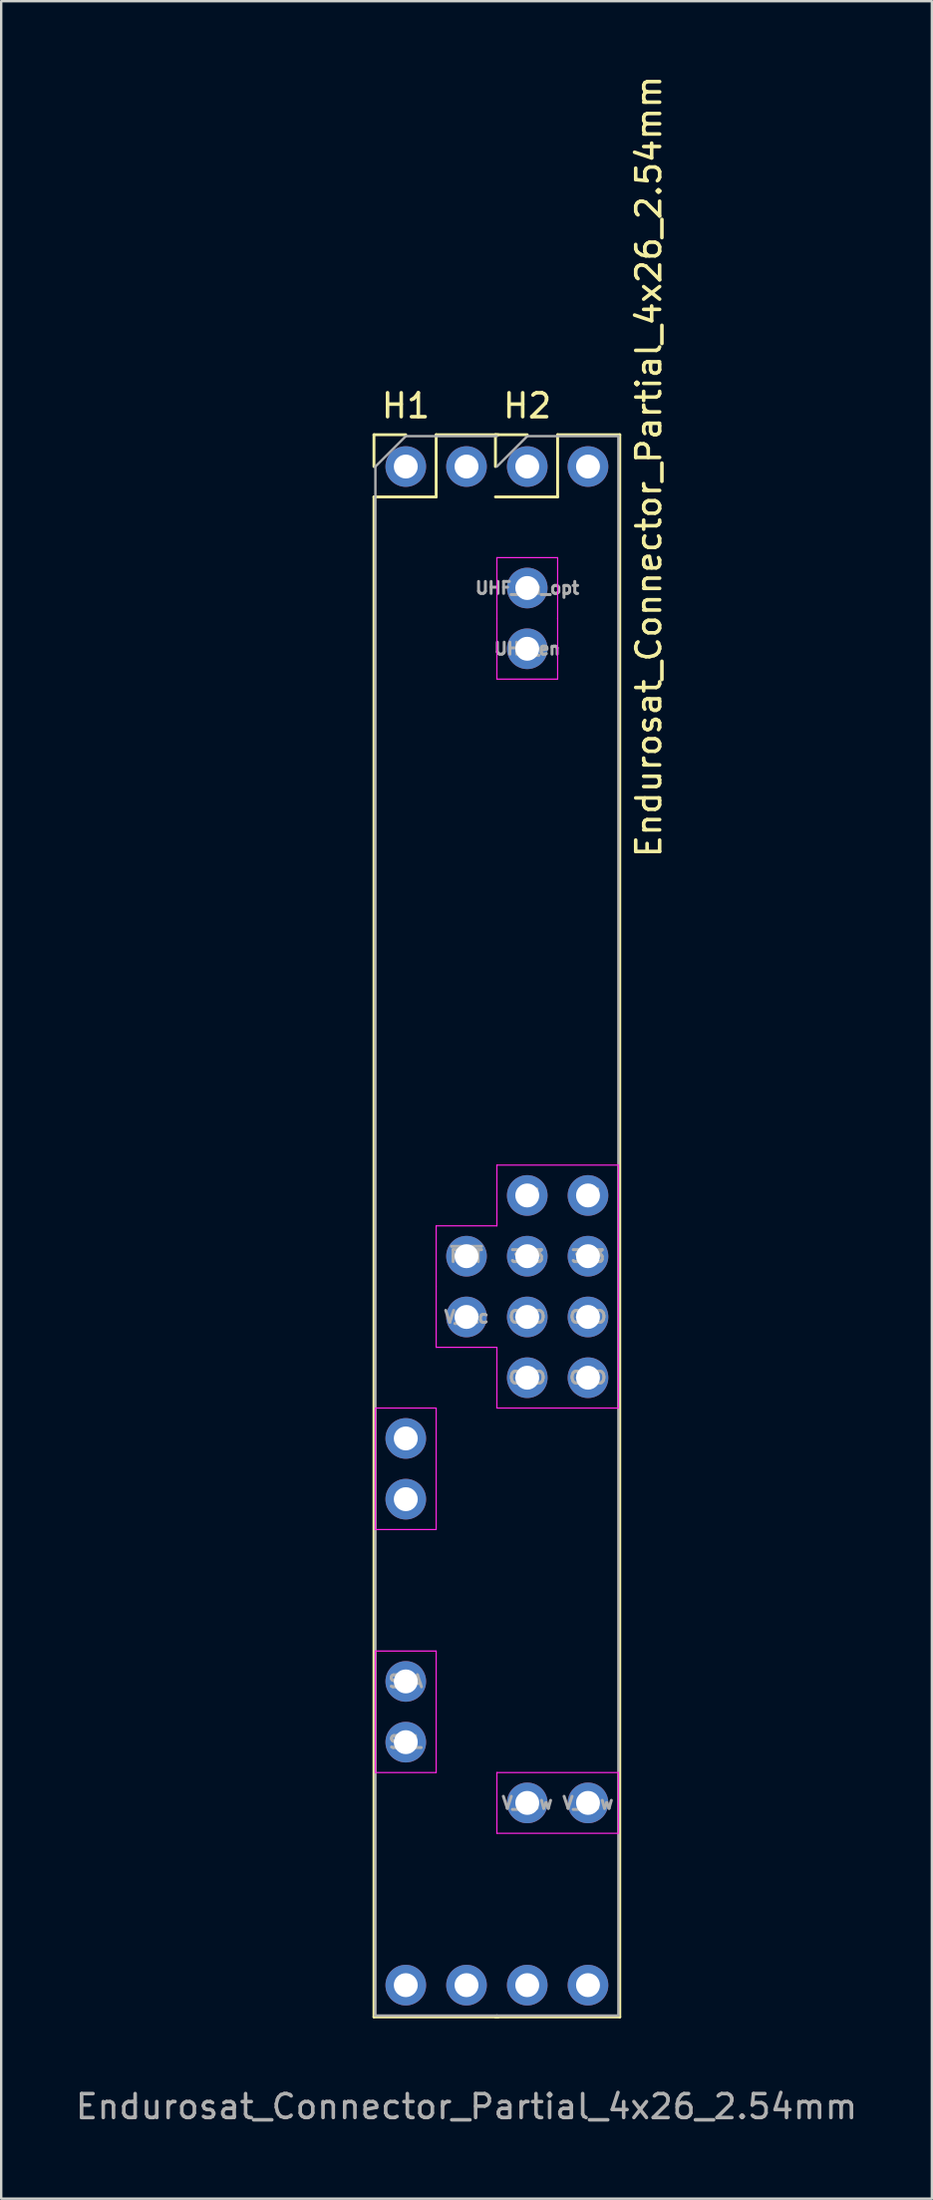
<source format=kicad_pcb>
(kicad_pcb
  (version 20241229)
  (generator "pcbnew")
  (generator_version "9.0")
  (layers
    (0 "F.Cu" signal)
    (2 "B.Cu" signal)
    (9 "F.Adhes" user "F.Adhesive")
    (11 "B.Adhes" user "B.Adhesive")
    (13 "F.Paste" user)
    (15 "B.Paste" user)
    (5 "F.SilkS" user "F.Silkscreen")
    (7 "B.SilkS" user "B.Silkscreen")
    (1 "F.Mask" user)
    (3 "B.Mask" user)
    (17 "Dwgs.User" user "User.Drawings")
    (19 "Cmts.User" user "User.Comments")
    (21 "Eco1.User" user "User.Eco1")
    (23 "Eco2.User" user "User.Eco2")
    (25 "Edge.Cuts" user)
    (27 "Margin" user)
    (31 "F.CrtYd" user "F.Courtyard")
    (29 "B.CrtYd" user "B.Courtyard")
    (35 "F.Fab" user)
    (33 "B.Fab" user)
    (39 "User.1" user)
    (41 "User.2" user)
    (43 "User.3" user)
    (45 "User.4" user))
  (footprint "Endurosat_Connector_Partial_4x26_2.54mm"
    (layer "F.Cu")
    (at 13.918 16.458)
    (property "Reference" "Endurosat_Connector_Partial_4x26_2.54mm" (at 10.16 0 270) (layer "F.SilkS") (effects (font (size 1 1) (thickness 0.15))))
    (attr through_hole)
    (fp_line (start -1.33 -1.33) (end 0 -1.33) (stroke (width 0.12) (type solid)) (layer "F.SilkS"))
    (fp_line (start -1.33 0) (end -1.33 -1.33) (stroke (width 0.12) (type solid)) (layer "F.SilkS"))
    (fp_line (start -1.33 1.27) (end -1.33 64.83) (stroke (width 0.12) (type solid)) (layer "F.SilkS"))
    (fp_line (start -1.33 1.27) (end 1.27 1.27) (stroke (width 0.12) (type solid)) (layer "F.SilkS"))
    (fp_line (start -1.33 64.83) (end 3.87 64.83) (stroke (width 0.12) (type solid)) (layer "F.SilkS"))
    (fp_line (start 1.27 -1.33) (end 3.87 -1.33) (stroke (width 0.12) (type solid)) (layer "F.SilkS"))
    (fp_line (start 1.27 1.27) (end 1.27 -1.33) (stroke (width 0.12) (type solid)) (layer "F.SilkS"))
    (fp_line (start 3.75 -1.33) (end 5.08 -1.33) (stroke (width 0.12) (type solid)) (layer "F.SilkS"))
    (fp_line (start 3.75 0) (end 3.75 -1.33) (stroke (width 0.12) (type solid)) (layer "F.SilkS"))
    (fp_line (start 3.75 1.27) (end 6.35 1.27) (stroke (width 0.12) (type solid)) (layer "F.SilkS"))
    (fp_line (start 3.75 64.83) (end 8.95 64.83) (stroke (width 0.12) (type solid)) (layer "F.SilkS"))
    (fp_line (start 6.35 -1.33) (end 8.95 -1.33) (stroke (width 0.12) (type solid)) (layer "F.SilkS"))
    (fp_line (start 6.35 1.27) (end 6.35 -1.33) (stroke (width 0.12) (type solid)) (layer "F.SilkS"))
    (fp_line (start 8.95 -1.33) (end 8.95 64.83) (stroke (width 0.12) (type solid)) (layer "F.SilkS"))
    (fp_line (start -1.27 39.37) (end 1.27 39.37) (stroke (width 0.05) (type solid)) (layer "F.CrtYd"))
    (fp_line (start -1.27 44.45) (end -1.27 39.37) (stroke (width 0.05) (type solid)) (layer "F.CrtYd"))
    (fp_line (start -1.27 49.53) (end 1.27 49.53) (stroke (width 0.05) (type solid)) (layer "F.CrtYd"))
    (fp_line (start -1.27 54.61) (end -1.27 49.53) (stroke (width 0.05) (type solid)) (layer "F.CrtYd"))
    (fp_line (start 1.27 31.75) (end 1.27 34.29) (stroke (width 0.05) (type solid)) (layer "F.CrtYd"))
    (fp_line (start 1.27 34.29) (end 1.27 36.83) (stroke (width 0.05) (type solid)) (layer "F.CrtYd"))
    (fp_line (start 1.27 36.83) (end 3.81 36.83) (stroke (width 0.05) (type solid)) (layer "F.CrtYd"))
    (fp_line (start 1.27 39.37) (end 1.27 44.45) (stroke (width 0.05) (type solid)) (layer "F.CrtYd"))
    (fp_line (start 1.27 44.45) (end -1.27 44.45) (stroke (width 0.05) (type solid)) (layer "F.CrtYd"))
    (fp_line (start 1.27 49.53) (end 1.27 54.61) (stroke (width 0.05) (type solid)) (layer "F.CrtYd"))
    (fp_line (start 1.27 54.61) (end -1.27 54.61) (stroke (width 0.05) (type solid)) (layer "F.CrtYd"))
    (fp_line (start 3.81 3.81) (end 3.81 6.35) (stroke (width 0.05) (type solid)) (layer "F.CrtYd"))
    (fp_line (start 3.81 6.35) (end 3.81 8.89) (stroke (width 0.05) (type solid)) (layer "F.CrtYd"))
    (fp_line (start 3.81 8.89) (end 6.35 8.89) (stroke (width 0.05) (type solid)) (layer "F.CrtYd"))
    (fp_line (start 3.81 29.21) (end 3.81 31.75) (stroke (width 0.05) (type solid)) (layer "F.CrtYd"))
    (fp_line (start 3.81 31.75) (end 1.27 31.75) (stroke (width 0.05) (type solid)) (layer "F.CrtYd"))
    (fp_line (start 3.81 39.37) (end 3.81 36.83) (stroke (width 0.05) (type solid)) (layer "F.CrtYd"))
    (fp_line (start 3.81 39.37) (end 8.89 39.37) (stroke (width 0.05) (type solid)) (layer "F.CrtYd"))
    (fp_line (start 3.81 54.61) (end 3.81 57.15) (stroke (width 0.05) (type solid)) (layer "F.CrtYd"))
    (fp_line (start 3.81 57.15) (end 8.89 57.15) (stroke (width 0.05) (type solid)) (layer "F.CrtYd"))
    (fp_line (start 6.35 3.81) (end 3.81 3.81) (stroke (width 0.05) (type solid)) (layer "F.CrtYd"))
    (fp_line (start 6.35 6.35) (end 6.35 3.81) (stroke (width 0.05) (type solid)) (layer "F.CrtYd"))
    (fp_line (start 6.35 8.89) (end 6.35 6.35) (stroke (width 0.05) (type solid)) (layer "F.CrtYd"))
    (fp_line (start 8.89 29.21) (end 3.81 29.21) (stroke (width 0.05) (type solid)) (layer "F.CrtYd"))
    (fp_line (start 8.89 39.37) (end 8.89 29.21) (stroke (width 0.05) (type solid)) (layer "F.CrtYd"))
    (fp_line (start 8.89 54.61) (end 3.81 54.61) (stroke (width 0.05) (type solid)) (layer "F.CrtYd"))
    (fp_line (start 8.89 57.15) (end 8.89 54.61) (stroke (width 0.05) (type solid)) (layer "F.CrtYd"))
    (fp_line (start -1.27 0) (end 0 -1.27) (stroke (width 0.1) (type solid)) (layer "F.Fab"))
    (fp_line (start -1.27 64.77) (end -1.27 0) (stroke (width 0.1) (type solid)) (layer "F.Fab"))
    (fp_line (start 0 -1.27) (end 3.81 -1.27) (stroke (width 0.1) (type solid)) (layer "F.Fab"))
    (fp_line (start 3.81 0) (end 5.08 -1.27) (stroke (width 0.1) (type solid)) (layer "F.Fab"))
    (fp_line (start 3.81 64.77) (end -1.27 64.77) (stroke (width 0.1) (type solid)) (layer "F.Fab"))
    (fp_line (start 5.08 -1.27) (end 8.89 -1.27) (stroke (width 0.1) (type solid)) (layer "F.Fab"))
    (fp_line (start 8.89 -1.27) (end 8.89 64.77) (stroke (width 0.1) (type solid)) (layer "F.Fab"))
    (fp_line (start 8.89 64.77) (end 3.81 64.77) (stroke (width 0.1) (type solid)) (layer "F.Fab"))
    (fp_circle (center 0 0) (end 0.1 0) (stroke (width 0.05) (type solid)) (fill no) (layer "F.Fab"))
    (fp_circle (center 0 63.5) (end 0.1 63.5) (stroke (width 0.05) (type solid)) (fill no) (layer "F.Fab"))
    (fp_circle (center 7.62 0) (end 7.72 0) (stroke (width 0.05) (type solid)) (fill no) (layer "F.Fab"))
    (fp_circle (center 7.62 63.5) (end 7.63 63.5) (stroke (width 0.01) (type solid)) (fill no) (layer "F.Fab"))
    (fp_text user "H2" (at 5.08 -2.54 0) (layer "F.SilkS") (effects (font (size 1 1) (thickness 0.15))))
    (fp_text user "H1" (at 0 -2.54 0) (layer "F.SilkS") (effects (font (size 1 1) (thickness 0.15))))
    (fp_text user "5V" (at 7.62 30.48 0) (layer "F.Fab") (effects (font (size 0.5 0.5) (thickness 0.125))))
    (fp_text user "GND" (at 5.08 38.1 0) (layer "F.Fab") (effects (font (size 0.5 0.5) (thickness 0.125))))
    (fp_text user "V_raw" (at 7.62 55.88 0) (layer "F.Fab") (effects (font (size 0.5 0.5) (thickness 0.125))))
    (fp_text user "V_rtc" (at 2.54 35.56 0) (layer "F.Fab") (effects (font (size 0.5 0.5) (thickness 0.125))))
    (fp_text user "UHF_en" (at 5.08 7.62 0) (layer "F.Fab") (effects (font (size 0.5 0.5) (thickness 0.125))))
    (fp_text user "GND" (at 5.08 35.56 0) (layer "F.Fab") (effects (font (size 0.5 0.5) (thickness 0.125))))
    (fp_text user "5V" (at 5.08 30.48 0) (layer "F.Fab") (effects (font (size 0.5 0.5) (thickness 0.125))))
    (fp_text user "GND" (at 7.62 35.56 0) (layer "F.Fab") (effects (font (size 0.5 0.5) (thickness 0.125))))
    (fp_text user "${REFERENCE}" (at 2.54 68.58 180) (layer "F.Fab") (effects (font (size 1 1) (thickness 0.15))))
    (fp_text user "Rx" (at 0 40.64 0) (layer "F.Fab") (effects (font (size 0.5 0.5) (thickness 0.125))))
    (fp_text user "3V3" (at 7.62 33.02 0) (layer "F.Fab") (effects (font (size 0.5 0.5) (thickness 0.125))))
    (fp_text user "V_raw" (at 5.08 55.88 0) (layer "F.Fab") (effects (font (size 0.5 0.5) (thickness 0.125))))
    (fp_text user "3V3" (at 5.08 33.02 0) (layer "F.Fab") (effects (font (size 0.5 0.5) (thickness 0.125))))
    (fp_text user "SDA" (at 0 50.8 0) (layer "F.Fab") (effects (font (size 0.5 0.5) (thickness 0.125))))
    (fp_text user "~{RST}" (at 2.54 33.02 0) (layer "F.Fab") (effects (font (size 0.5 0.5) (thickness 0.125))))
    (fp_text user "Tx" (at 0 43.18 0) (layer "F.Fab") (effects (font (size 0.5 0.5) (thickness 0.125))))
    (fp_text user "GND" (at 7.62 38.1 0) (layer "F.Fab") (effects (font (size 0.5 0.5) (thickness 0.125))))
    (fp_text user "UHF_en_opt" (at 5.08 5.08 0) (layer "F.Fab") (effects (font (size 0.5 0.5) (thickness 0.125))))
    (fp_text user "SCL" (at 0 53.34 0) (layer "F.Fab") (effects (font (size 0.5 0.5) (thickness 0.125))))
    (pad "1" thru_hole oval (at 0 0) (size 1.7 1.7) (drill 1) (layers "*.Cu" "*.Mask"))
    (pad "2" thru_hole oval (at 2.54 0) (size 1.7 1.7) (drill 1) (layers "*.Cu" "*.Mask"))
    (pad "28" thru_hole oval (at 2.54 33.02) (size 1.7 1.7) (drill 1) (layers "*.Cu" "*.Mask"))
    (pad "30" thru_hole oval (at 2.54 35.56) (size 1.7 1.7) (drill 1) (layers "*.Cu" "*.Mask"))
    (pad "33" thru_hole oval (at 0 40.64) (size 1.7 1.7) (drill 1) (layers "*.Cu" "*.Mask"))
    (pad "35" thru_hole oval (at 0 43.18) (size 1.7 1.7) (drill 1) (layers "*.Cu" "*.Mask"))
    (pad "41" thru_hole oval (at 0 50.8) (size 1.7 1.7) (drill 1) (layers "*.Cu" "*.Mask"))
    (pad "43" thru_hole oval (at 0 53.34) (size 1.7 1.7) (drill 1) (layers "*.Cu" "*.Mask"))
    (pad "51" thru_hole oval (at 0 63.5) (size 1.7 1.7) (drill 1) (layers "*.Cu" "*.Mask"))
    (pad "52" thru_hole oval (at 2.54 63.5) (size 1.7 1.7) (drill 1) (layers "*.Cu" "*.Mask"))
    (pad "53" thru_hole oval (at 5.08 0) (size 1.7 1.7) (drill 1) (layers "*.Cu" "*.Mask"))
    (pad "54" thru_hole oval (at 7.62 0) (size 1.7 1.7) (drill 1) (layers "*.Cu" "*.Mask"))
    (pad "57" thru_hole oval (at 5.08 5.08) (size 1.7 1.7) (drill 1) (layers "*.Cu" "*.Mask"))
    (pad "59" thru_hole oval (at 5.08 7.62) (size 1.7 1.7) (drill 1) (layers "*.Cu" "*.Mask"))
    (pad "77" thru_hole oval (at 5.08 30.48) (size 1.7 1.7) (drill 1) (layers "*.Cu" "*.Mask"))
    (pad "78" thru_hole oval (at 7.62 30.48) (size 1.7 1.7) (drill 1) (layers "*.Cu" "*.Mask"))
    (pad "79" thru_hole oval (at 5.08 33.02) (size 1.7 1.7) (drill 1) (layers "*.Cu" "*.Mask"))
    (pad "80" thru_hole oval (at 7.62 33.02) (size 1.7 1.7) (drill 1) (layers "*.Cu" "*.Mask"))
    (pad "81" thru_hole oval (at 5.08 35.56) (size 1.7 1.7) (drill 1) (layers "*.Cu" "*.Mask"))
    (pad "82" thru_hole oval (at 7.62 35.56) (size 1.7 1.7) (drill 1) (layers "*.Cu" "*.Mask"))
    (pad "83" thru_hole oval (at 5.08 38.1) (size 1.7 1.7) (drill 1) (layers "*.Cu" "*.Mask"))
    (pad "84" thru_hole oval (at 7.62 38.1) (size 1.7 1.7) (drill 1) (layers "*.Cu" "*.Mask"))
    (pad "97" thru_hole oval (at 5.08 55.88) (size 1.7 1.7) (drill 1) (layers "*.Cu" "*.Mask"))
    (pad "98" thru_hole oval (at 7.62 55.88) (size 1.7 1.7) (drill 1) (layers "*.Cu" "*.Mask"))
    (pad "103" thru_hole oval (at 5.08 63.5) (size 1.7 1.7) (drill 1) (layers "*.Cu" "*.Mask"))
    (pad "104" thru_hole oval (at 7.62 63.5) (size 1.7 1.7) (drill 1) (layers "*.Cu" "*.Mask")))
  (gr_rect
    (start -3 -3)
    (end 35.917 88.887)
    (stroke (width 0.1) (type default))
    (fill no)
    (layer "Edge.Cuts")))
</source>
